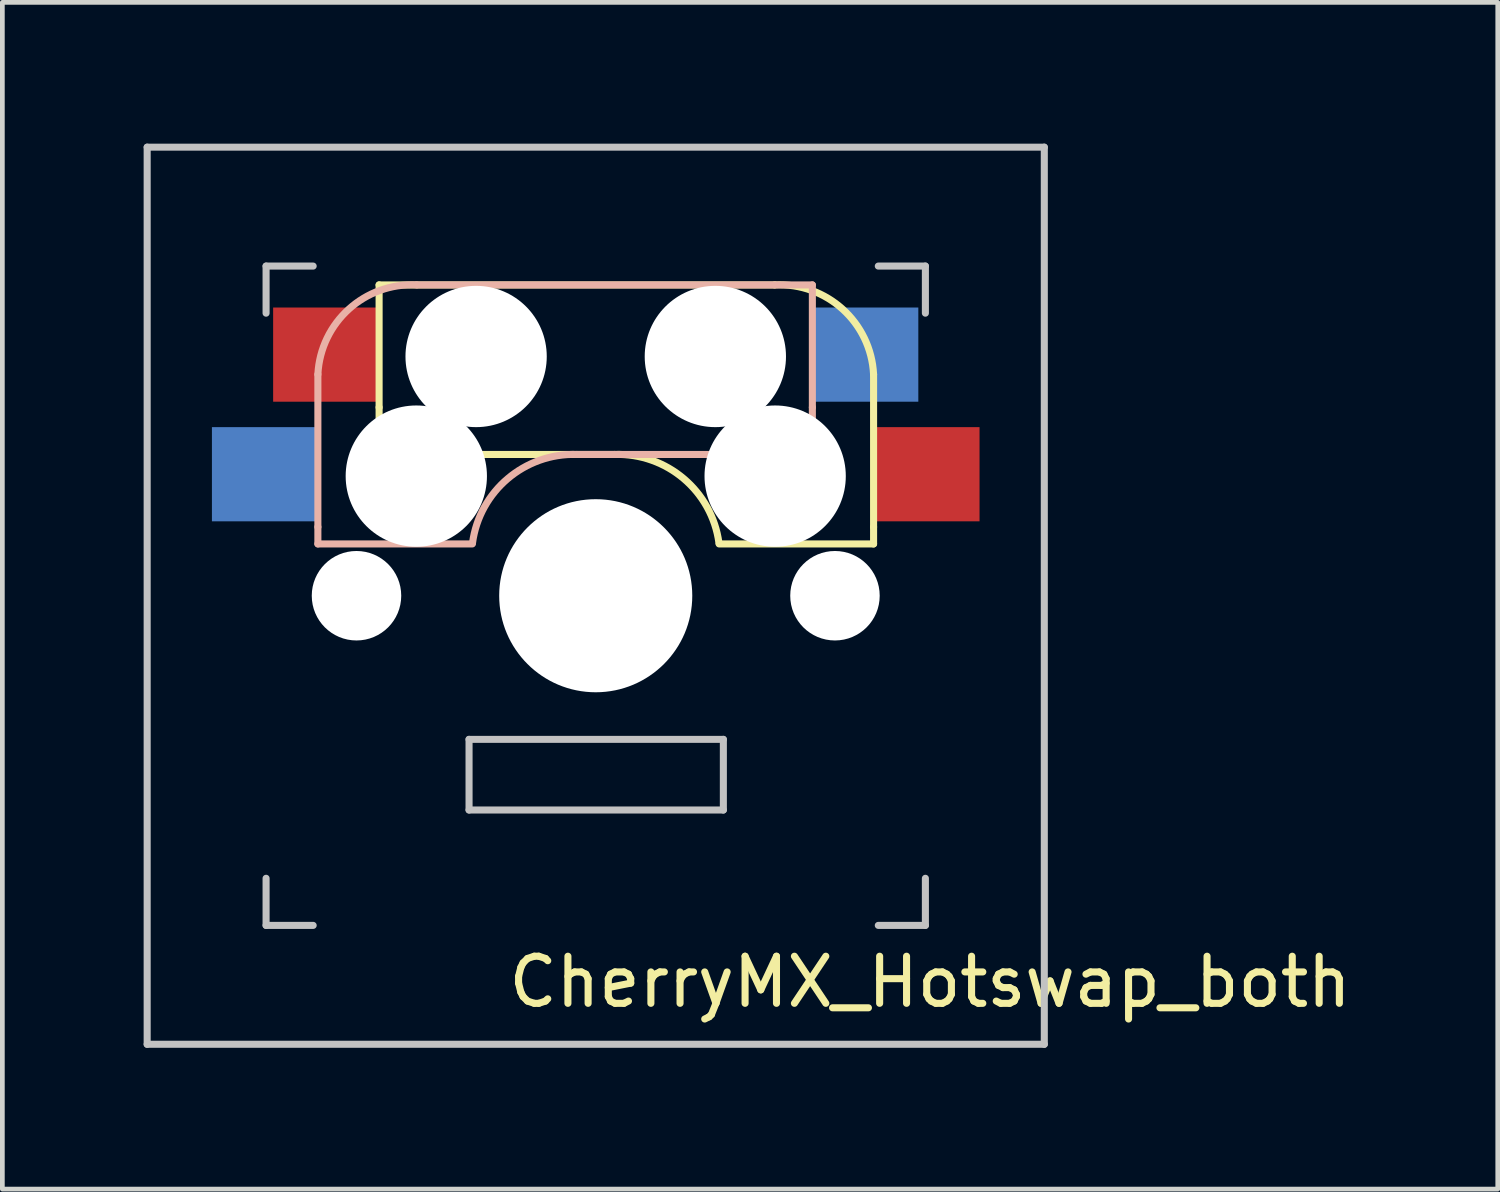
<source format=kicad_pcb>
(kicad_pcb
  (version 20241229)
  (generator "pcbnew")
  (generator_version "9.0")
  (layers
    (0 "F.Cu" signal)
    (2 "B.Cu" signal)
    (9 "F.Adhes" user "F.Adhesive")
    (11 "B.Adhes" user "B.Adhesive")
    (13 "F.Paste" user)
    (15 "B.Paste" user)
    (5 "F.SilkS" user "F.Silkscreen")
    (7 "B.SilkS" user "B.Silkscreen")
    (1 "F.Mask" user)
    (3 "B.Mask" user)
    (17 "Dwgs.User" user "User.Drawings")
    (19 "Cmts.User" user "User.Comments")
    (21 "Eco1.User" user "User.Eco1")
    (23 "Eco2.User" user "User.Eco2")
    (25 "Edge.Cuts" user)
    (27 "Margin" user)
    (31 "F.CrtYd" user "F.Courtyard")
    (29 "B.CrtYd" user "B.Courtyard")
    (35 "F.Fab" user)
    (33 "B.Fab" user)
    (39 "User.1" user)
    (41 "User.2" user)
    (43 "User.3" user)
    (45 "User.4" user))
  (footprint "CherryMX_Hotswap_both"
    (layer "F.Cu")
    (at 9.6 9.6)
    (property "Reference" "CherryMX_Hotswap_both" (at 7.1 8.2 0) (layer "F.SilkS") (effects (font (size 1 1) (thickness 0.15))))
    (attr through_hole)
    (fp_line (start -4.6 -6.6) (end 3.8 -6.6) (stroke (width 0.15) (type solid)) (layer "F.SilkS"))
    (fp_line (start -4.6 -4) (end -4.6 -6.6) (stroke (width 0.15) (type solid)) (layer "F.SilkS"))
    (fp_line (start -4.6 -3) (end -4.6 -4) (stroke (width 0.15) (type solid)) (layer "F.SilkS"))
    (fp_line (start -4.3 -3.3) (end -2.9 -3.3) (stroke (width 0.5) (type solid)) (layer "F.SilkS"))
    (fp_line (start 0.4 -3) (end -4.6 -3) (stroke (width 0.15) (type solid)) (layer "F.SilkS"))
    (fp_line (start 5.9 -4.7) (end 5.9 -1.46) (stroke (width 0.15) (type solid)) (layer "F.SilkS"))
    (fp_line (start 5.9 -1.1) (end 2.62 -1.1) (stroke (width 0.15) (type solid)) (layer "F.SilkS"))
    (fp_line (start 5.9 -1.1) (end 5.9 -1.46) (stroke (width 0.15) (type solid)) (layer "F.SilkS"))
    (fp_arc (start 0.4 -3) (mid 1.868709 -2.486118) (end 2.616318 -1.121471) (stroke (width 0.15) (type solid)) (layer "F.SilkS"))
    (fp_arc (start 3.8 -6.600001) (mid 5.243504 -6.084925) (end 5.900001 -4.7) (stroke (width 0.15) (type solid)) (layer "F.SilkS"))
    (fp_line (start -5.9 -4.7) (end -5.9 -1.46) (stroke (width 0.15) (type solid)) (layer "B.SilkS"))
    (fp_line (start -5.9 -1.1) (end -5.9 -1.46) (stroke (width 0.15) (type solid)) (layer "B.SilkS"))
    (fp_line (start -5.9 -1.1) (end -2.62 -1.1) (stroke (width 0.15) (type solid)) (layer "B.SilkS"))
    (fp_line (start -0.4 -3) (end 4.6 -3) (stroke (width 0.15) (type solid)) (layer "B.SilkS"))
    (fp_line (start 4.3 -3.3) (end 2.9 -3.3) (stroke (width 0.5) (type solid)) (layer "B.SilkS"))
    (fp_line (start 4.6 -6.6) (end -3.8 -6.6) (stroke (width 0.15) (type solid)) (layer "B.SilkS"))
    (fp_line (start 4.6 -4) (end 4.6 -6.6) (stroke (width 0.15) (type solid)) (layer "B.SilkS"))
    (fp_line (start 4.6 -3) (end 4.6 -4) (stroke (width 0.15) (type solid)) (layer "B.SilkS"))
    (fp_arc (start -5.9 -4.699999) (mid -5.243504 -6.084924) (end -3.800001 -6.6) (stroke (width 0.15) (type solid)) (layer "B.SilkS"))
    (fp_arc (start -2.616318 -1.121471) (mid -1.868709 -2.486118) (end -0.4 -3) (stroke (width 0.15) (type solid)) (layer "B.SilkS"))
    (fp_line (start -9.525 -9.525) (end 9.525 -9.525) (stroke (width 0.15) (type solid)) (layer "Dwgs.User"))
    (fp_line (start -9.525 9.525) (end -9.525 -9.525) (stroke (width 0.15) (type solid)) (layer "Dwgs.User"))
    (fp_line (start -7 -7) (end -6 -7) (stroke (width 0.15) (type solid)) (layer "Dwgs.User"))
    (fp_line (start -7 -6) (end -7 -7) (stroke (width 0.15) (type solid)) (layer "Dwgs.User"))
    (fp_line (start -7 6) (end -7 7) (stroke (width 0.15) (type solid)) (layer "Dwgs.User"))
    (fp_line (start -7 7) (end -6 7) (stroke (width 0.15) (type solid)) (layer "Dwgs.User"))
    (fp_line (start -2.69 3.05) (end -2.69 4.55) (stroke (width 0.15) (type solid)) (layer "Dwgs.User"))
    (fp_line (start -2.69 4.55) (end 2.71 4.55) (stroke (width 0.15) (type solid)) (layer "Dwgs.User"))
    (fp_line (start 2.71 3.05) (end -2.69 3.05) (stroke (width 0.15) (type solid)) (layer "Dwgs.User"))
    (fp_line (start 2.71 4.55) (end 2.71 3.05) (stroke (width 0.15) (type solid)) (layer "Dwgs.User"))
    (fp_line (start 6 7) (end 7 7) (stroke (width 0.15) (type solid)) (layer "Dwgs.User"))
    (fp_line (start 7 -7) (end 6 -7) (stroke (width 0.15) (type solid)) (layer "Dwgs.User"))
    (fp_line (start 7 -7) (end 7 -6) (stroke (width 0.15) (type solid)) (layer "Dwgs.User"))
    (fp_line (start 7 7) (end 7 6) (stroke (width 0.15) (type solid)) (layer "Dwgs.User"))
    (fp_line (start 9.525 -9.525) (end 9.525 9.525) (stroke (width 0.15) (type solid)) (layer "Dwgs.User"))
    (fp_line (start 9.525 9.525) (end -9.525 9.525) (stroke (width 0.15) (type solid)) (layer "Dwgs.User"))
    (pad "" np_thru_hole circle (at -5.08 0) (size 1.9 1.9) (drill 1.9) (layers "*.Cu" "*.Mask"))
    (pad "" np_thru_hole circle (at -3.81 -2.54 180) (size 3 3) (drill 3) (layers "*.Cu" "*.Mask"))
    (pad "" np_thru_hole circle (at -2.54 -5.08 180) (size 3 3) (drill 3) (layers "*.Cu" "*.Mask"))
    (pad "" np_thru_hole circle (at 0 0 90) (size 4.1 4.1) (drill 4.1) (layers "*.Cu" "*.Mask"))
    (pad "" np_thru_hole circle (at 2.54 -5.08 180) (size 3 3) (drill 3) (layers "*.Cu" "*.Mask"))
    (pad "" np_thru_hole circle (at 3.81 -2.54 180) (size 3 3) (drill 3) (layers "*.Cu" "*.Mask"))
    (pad "" np_thru_hole circle (at 5.08 0) (size 1.9 1.9) (drill 1.9) (layers "*.Cu" "*.Mask"))
    (pad "1" smd rect (at -7 -2.58 180) (size 2.3 2) (layers "B.Cu" "B.Mask" "B.Paste"))
    (pad "1" smd rect (at 7 -2.58 180) (size 2.3 2) (layers "F.Cu" "F.Mask" "F.Paste"))
    (pad "2" smd rect (at -5.7 -5.12 180) (size 2.3 2) (layers "F.Cu" "F.Mask" "F.Paste"))
    (pad "2" smd rect (at 5.7 -5.12 180) (size 2.3 2) (layers "B.Cu" "B.Mask" "B.Paste")))
  (gr_rect
    (start -3 -3)
    (end 28.754 22.2)
    (stroke (width 0.1) (type default))
    (fill no)
    (layer "Edge.Cuts")))
</source>
